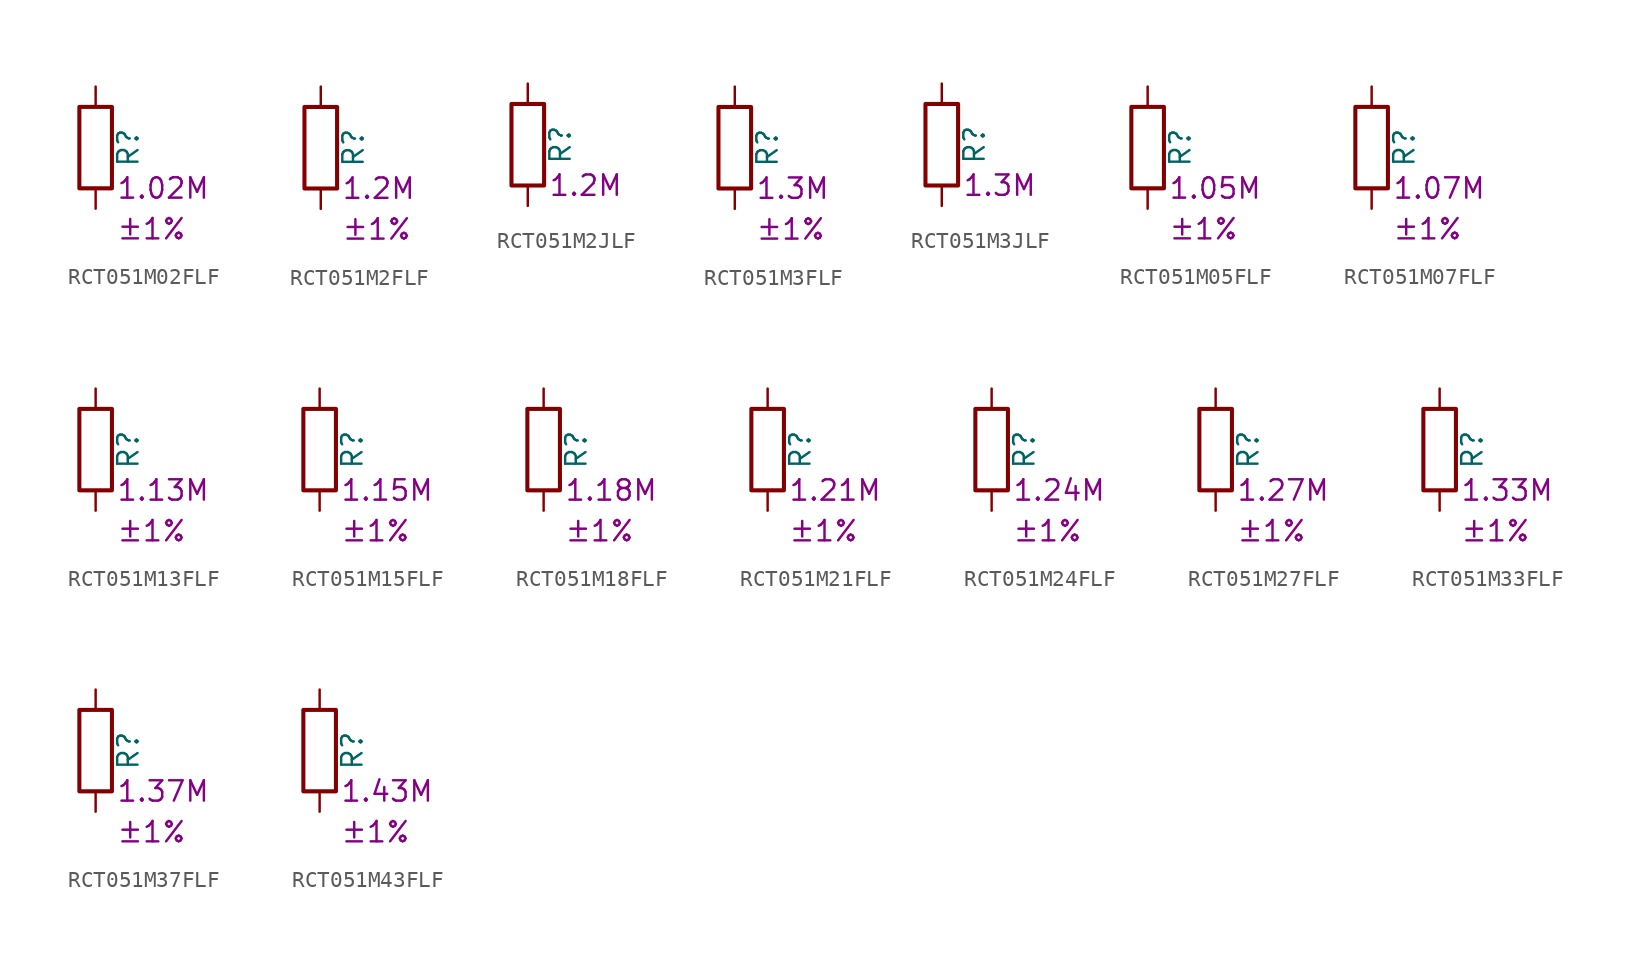
<source format=kicad_sym>
(kicad_symbol_lib
  (version 20220914)
  (generator kicad_symbol_editor)
  (symbol "RCT051M02FLF"
    (pin_numbers hide)
    (pin_names
      (offset 0))
    (property "Reference" "R"
      (at 2.032 0 90)
      (effects (font (size 1.27 1.27))))
    (property "Resistance" "1.02M"
      (at 1.27 -2.54 0)
      (effects (font (size 1.27 1.27)) (justify left)))
    (property "Tolerance" "±1%"
      (at 1.27 -5.08 0)
      (effects (font (size 1.27 1.27)) (justify left)))
    (symbol "RCT051M02FLF_0_1"
      (rectangle (start -1.016 -2.54) (end 1.016 2.54) (stroke (width 0.254) (type default)) (fill (type none))))
    (symbol "RCT051M02FLF_1_1"
      (pin passive line (at 0 3.81 270) (length 1.27) (name "~" (effects (font (size 1.27 1.27)))) (number "1" (effects (font (size 1.27 1.27)))))
      (pin passive line (at 0 -3.81 90) (length 1.27) (name "~" (effects (font (size 1.27 1.27)))) (number "2" (effects (font (size 1.27 1.27)))))))
  (symbol "RCT051M2FLF"
    (pin_numbers hide)
    (pin_names
      (offset 0))
    (property "Reference" "R"
      (at 2.032 0 90)
      (effects (font (size 1.27 1.27))))
    (property "Resistance" "1.2M"
      (at 1.27 -2.54 0)
      (effects (font (size 1.27 1.27)) (justify left)))
    (property "Tolerance" "±1%"
      (at 1.27 -5.08 0)
      (effects (font (size 1.27 1.27)) (justify left)))
    (symbol "RCT051M2FLF_0_1"
      (rectangle (start -1.016 -2.54) (end 1.016 2.54) (stroke (width 0.254) (type default)) (fill (type none))))
    (symbol "RCT051M2FLF_1_1"
      (pin passive line (at 0 3.81 270) (length 1.27) (name "~" (effects (font (size 1.27 1.27)))) (number "1" (effects (font (size 1.27 1.27)))))
      (pin passive line (at 0 -3.81 90) (length 1.27) (name "~" (effects (font (size 1.27 1.27)))) (number "2" (effects (font (size 1.27 1.27)))))))
  (symbol "RCT051M2JLF"
    (pin_numbers hide)
    (pin_names
      (offset 0))
    (property "Reference" "R"
      (at 2.032 0 90)
      (effects (font (size 1.27 1.27))))
    (property "Resistance" "1.2M"
      (at 1.27 -2.54 0)
      (effects (font (size 1.27 1.27)) (justify left)))
    (symbol "RCT051M2JLF_0_1"
      (rectangle (start -1.016 -2.54) (end 1.016 2.54) (stroke (width 0.254) (type default)) (fill (type none))))
    (symbol "RCT051M2JLF_1_1"
      (pin passive line (at 0 3.81 270) (length 1.27) (name "~" (effects (font (size 1.27 1.27)))) (number "1" (effects (font (size 1.27 1.27)))))
      (pin passive line (at 0 -3.81 90) (length 1.27) (name "~" (effects (font (size 1.27 1.27)))) (number "2" (effects (font (size 1.27 1.27)))))))
  (symbol "RCT051M3FLF"
    (pin_numbers hide)
    (pin_names
      (offset 0))
    (property "Reference" "R"
      (at 2.032 0 90)
      (effects (font (size 1.27 1.27))))
    (property "Resistance" "1.3M"
      (at 1.27 -2.54 0)
      (effects (font (size 1.27 1.27)) (justify left)))
    (property "Tolerance" "±1%"
      (at 1.27 -5.08 0)
      (effects (font (size 1.27 1.27)) (justify left)))
    (symbol "RCT051M3FLF_0_1"
      (rectangle (start -1.016 -2.54) (end 1.016 2.54) (stroke (width 0.254) (type default)) (fill (type none))))
    (symbol "RCT051M3FLF_1_1"
      (pin passive line (at 0 3.81 270) (length 1.27) (name "~" (effects (font (size 1.27 1.27)))) (number "1" (effects (font (size 1.27 1.27)))))
      (pin passive line (at 0 -3.81 90) (length 1.27) (name "~" (effects (font (size 1.27 1.27)))) (number "2" (effects (font (size 1.27 1.27)))))))
  (symbol "RCT051M3JLF"
    (pin_numbers hide)
    (pin_names
      (offset 0))
    (property "Reference" "R"
      (at 2.032 0 90)
      (effects (font (size 1.27 1.27))))
    (property "Resistance" "1.3M"
      (at 1.27 -2.54 0)
      (effects (font (size 1.27 1.27)) (justify left)))
    (symbol "RCT051M3JLF_0_1"
      (rectangle (start -1.016 -2.54) (end 1.016 2.54) (stroke (width 0.254) (type default)) (fill (type none))))
    (symbol "RCT051M3JLF_1_1"
      (pin passive line (at 0 3.81 270) (length 1.27) (name "~" (effects (font (size 1.27 1.27)))) (number "1" (effects (font (size 1.27 1.27)))))
      (pin passive line (at 0 -3.81 90) (length 1.27) (name "~" (effects (font (size 1.27 1.27)))) (number "2" (effects (font (size 1.27 1.27)))))))
  (symbol "RCT051M05FLF"
    (pin_numbers hide)
    (pin_names
      (offset 0))
    (property "Reference" "R"
      (at 2.032 0 90)
      (effects (font (size 1.27 1.27))))
    (property "Resistance" "1.05M"
      (at 1.27 -2.54 0)
      (effects (font (size 1.27 1.27)) (justify left)))
    (property "Tolerance" "±1%"
      (at 1.27 -5.08 0)
      (effects (font (size 1.27 1.27)) (justify left)))
    (symbol "RCT051M05FLF_0_1"
      (rectangle (start -1.016 -2.54) (end 1.016 2.54) (stroke (width 0.254) (type default)) (fill (type none))))
    (symbol "RCT051M05FLF_1_1"
      (pin passive line (at 0 3.81 270) (length 1.27) (name "~" (effects (font (size 1.27 1.27)))) (number "1" (effects (font (size 1.27 1.27)))))
      (pin passive line (at 0 -3.81 90) (length 1.27) (name "~" (effects (font (size 1.27 1.27)))) (number "2" (effects (font (size 1.27 1.27)))))))
  (symbol "RCT051M07FLF"
    (pin_numbers hide)
    (pin_names
      (offset 0))
    (property "Reference" "R"
      (at 2.032 0 90)
      (effects (font (size 1.27 1.27))))
    (property "Resistance" "1.07M"
      (at 1.27 -2.54 0)
      (effects (font (size 1.27 1.27)) (justify left)))
    (property "Tolerance" "±1%"
      (at 1.27 -5.08 0)
      (effects (font (size 1.27 1.27)) (justify left)))
    (symbol "RCT051M07FLF_0_1"
      (rectangle (start -1.016 -2.54) (end 1.016 2.54) (stroke (width 0.254) (type default)) (fill (type none))))
    (symbol "RCT051M07FLF_1_1"
      (pin passive line (at 0 3.81 270) (length 1.27) (name "~" (effects (font (size 1.27 1.27)))) (number "1" (effects (font (size 1.27 1.27)))))
      (pin passive line (at 0 -3.81 90) (length 1.27) (name "~" (effects (font (size 1.27 1.27)))) (number "2" (effects (font (size 1.27 1.27)))))))
  (symbol "RCT051M13FLF"
    (pin_numbers hide)
    (pin_names
      (offset 0))
    (property "Reference" "R"
      (at 2.032 0 90)
      (effects (font (size 1.27 1.27))))
    (property "Resistance" "1.13M"
      (at 1.27 -2.54 0)
      (effects (font (size 1.27 1.27)) (justify left)))
    (property "Tolerance" "±1%"
      (at 1.27 -5.08 0)
      (effects (font (size 1.27 1.27)) (justify left)))
    (symbol "RCT051M13FLF_0_1"
      (rectangle (start -1.016 -2.54) (end 1.016 2.54) (stroke (width 0.254) (type default)) (fill (type none))))
    (symbol "RCT051M13FLF_1_1"
      (pin passive line (at 0 3.81 270) (length 1.27) (name "~" (effects (font (size 1.27 1.27)))) (number "1" (effects (font (size 1.27 1.27)))))
      (pin passive line (at 0 -3.81 90) (length 1.27) (name "~" (effects (font (size 1.27 1.27)))) (number "2" (effects (font (size 1.27 1.27)))))))
  (symbol "RCT051M15FLF"
    (pin_numbers hide)
    (pin_names
      (offset 0))
    (property "Reference" "R"
      (at 2.032 0 90)
      (effects (font (size 1.27 1.27))))
    (property "Resistance" "1.15M"
      (at 1.27 -2.54 0)
      (effects (font (size 1.27 1.27)) (justify left)))
    (property "Tolerance" "±1%"
      (at 1.27 -5.08 0)
      (effects (font (size 1.27 1.27)) (justify left)))
    (symbol "RCT051M15FLF_0_1"
      (rectangle (start -1.016 -2.54) (end 1.016 2.54) (stroke (width 0.254) (type default)) (fill (type none))))
    (symbol "RCT051M15FLF_1_1"
      (pin passive line (at 0 3.81 270) (length 1.27) (name "~" (effects (font (size 1.27 1.27)))) (number "1" (effects (font (size 1.27 1.27)))))
      (pin passive line (at 0 -3.81 90) (length 1.27) (name "~" (effects (font (size 1.27 1.27)))) (number "2" (effects (font (size 1.27 1.27)))))))
  (symbol "RCT051M18FLF"
    (pin_numbers hide)
    (pin_names
      (offset 0))
    (property "Reference" "R"
      (at 2.032 0 90)
      (effects (font (size 1.27 1.27))))
    (property "Resistance" "1.18M"
      (at 1.27 -2.54 0)
      (effects (font (size 1.27 1.27)) (justify left)))
    (property "Tolerance" "±1%"
      (at 1.27 -5.08 0)
      (effects (font (size 1.27 1.27)) (justify left)))
    (symbol "RCT051M18FLF_0_1"
      (rectangle (start -1.016 -2.54) (end 1.016 2.54) (stroke (width 0.254) (type default)) (fill (type none))))
    (symbol "RCT051M18FLF_1_1"
      (pin passive line (at 0 3.81 270) (length 1.27) (name "~" (effects (font (size 1.27 1.27)))) (number "1" (effects (font (size 1.27 1.27)))))
      (pin passive line (at 0 -3.81 90) (length 1.27) (name "~" (effects (font (size 1.27 1.27)))) (number "2" (effects (font (size 1.27 1.27)))))))
  (symbol "RCT051M21FLF"
    (pin_numbers hide)
    (pin_names
      (offset 0))
    (property "Reference" "R"
      (at 2.032 0 90)
      (effects (font (size 1.27 1.27))))
    (property "Resistance" "1.21M"
      (at 1.27 -2.54 0)
      (effects (font (size 1.27 1.27)) (justify left)))
    (property "Tolerance" "±1%"
      (at 1.27 -5.08 0)
      (effects (font (size 1.27 1.27)) (justify left)))
    (symbol "RCT051M21FLF_0_1"
      (rectangle (start -1.016 -2.54) (end 1.016 2.54) (stroke (width 0.254) (type default)) (fill (type none))))
    (symbol "RCT051M21FLF_1_1"
      (pin passive line (at 0 3.81 270) (length 1.27) (name "~" (effects (font (size 1.27 1.27)))) (number "1" (effects (font (size 1.27 1.27)))))
      (pin passive line (at 0 -3.81 90) (length 1.27) (name "~" (effects (font (size 1.27 1.27)))) (number "2" (effects (font (size 1.27 1.27)))))))
  (symbol "RCT051M24FLF"
    (pin_numbers hide)
    (pin_names
      (offset 0))
    (property "Reference" "R"
      (at 2.032 0 90)
      (effects (font (size 1.27 1.27))))
    (property "Resistance" "1.24M"
      (at 1.27 -2.54 0)
      (effects (font (size 1.27 1.27)) (justify left)))
    (property "Tolerance" "±1%"
      (at 1.27 -5.08 0)
      (effects (font (size 1.27 1.27)) (justify left)))
    (symbol "RCT051M24FLF_0_1"
      (rectangle (start -1.016 -2.54) (end 1.016 2.54) (stroke (width 0.254) (type default)) (fill (type none))))
    (symbol "RCT051M24FLF_1_1"
      (pin passive line (at 0 3.81 270) (length 1.27) (name "~" (effects (font (size 1.27 1.27)))) (number "1" (effects (font (size 1.27 1.27)))))
      (pin passive line (at 0 -3.81 90) (length 1.27) (name "~" (effects (font (size 1.27 1.27)))) (number "2" (effects (font (size 1.27 1.27)))))))
  (symbol "RCT051M27FLF"
    (pin_numbers hide)
    (pin_names
      (offset 0))
    (property "Reference" "R"
      (at 2.032 0 90)
      (effects (font (size 1.27 1.27))))
    (property "Resistance" "1.27M"
      (at 1.27 -2.54 0)
      (effects (font (size 1.27 1.27)) (justify left)))
    (property "Tolerance" "±1%"
      (at 1.27 -5.08 0)
      (effects (font (size 1.27 1.27)) (justify left)))
    (symbol "RCT051M27FLF_0_1"
      (rectangle (start -1.016 -2.54) (end 1.016 2.54) (stroke (width 0.254) (type default)) (fill (type none))))
    (symbol "RCT051M27FLF_1_1"
      (pin passive line (at 0 3.81 270) (length 1.27) (name "~" (effects (font (size 1.27 1.27)))) (number "1" (effects (font (size 1.27 1.27)))))
      (pin passive line (at 0 -3.81 90) (length 1.27) (name "~" (effects (font (size 1.27 1.27)))) (number "2" (effects (font (size 1.27 1.27)))))))
  (symbol "RCT051M33FLF"
    (pin_numbers hide)
    (pin_names
      (offset 0))
    (property "Reference" "R"
      (at 2.032 0 90)
      (effects (font (size 1.27 1.27))))
    (property "Resistance" "1.33M"
      (at 1.27 -2.54 0)
      (effects (font (size 1.27 1.27)) (justify left)))
    (property "Tolerance" "±1%"
      (at 1.27 -5.08 0)
      (effects (font (size 1.27 1.27)) (justify left)))
    (symbol "RCT051M33FLF_0_1"
      (rectangle (start -1.016 -2.54) (end 1.016 2.54) (stroke (width 0.254) (type default)) (fill (type none))))
    (symbol "RCT051M33FLF_1_1"
      (pin passive line (at 0 3.81 270) (length 1.27) (name "~" (effects (font (size 1.27 1.27)))) (number "1" (effects (font (size 1.27 1.27)))))
      (pin passive line (at 0 -3.81 90) (length 1.27) (name "~" (effects (font (size 1.27 1.27)))) (number "2" (effects (font (size 1.27 1.27)))))))
  (symbol "RCT051M37FLF"
    (pin_numbers hide)
    (pin_names
      (offset 0))
    (property "Reference" "R"
      (at 2.032 0 90)
      (effects (font (size 1.27 1.27))))
    (property "Resistance" "1.37M"
      (at 1.27 -2.54 0)
      (effects (font (size 1.27 1.27)) (justify left)))
    (property "Tolerance" "±1%"
      (at 1.27 -5.08 0)
      (effects (font (size 1.27 1.27)) (justify left)))
    (symbol "RCT051M37FLF_0_1"
      (rectangle (start -1.016 -2.54) (end 1.016 2.54) (stroke (width 0.254) (type default)) (fill (type none))))
    (symbol "RCT051M37FLF_1_1"
      (pin passive line (at 0 3.81 270) (length 1.27) (name "~" (effects (font (size 1.27 1.27)))) (number "1" (effects (font (size 1.27 1.27)))))
      (pin passive line (at 0 -3.81 90) (length 1.27) (name "~" (effects (font (size 1.27 1.27)))) (number "2" (effects (font (size 1.27 1.27)))))))
  (symbol "RCT051M43FLF"
    (pin_numbers hide)
    (pin_names
      (offset 0))
    (property "Reference" "R"
      (at 2.032 0 90)
      (effects (font (size 1.27 1.27))))
    (property "Resistance" "1.43M"
      (at 1.27 -2.54 0)
      (effects (font (size 1.27 1.27)) (justify left)))
    (property "Tolerance" "±1%"
      (at 1.27 -5.08 0)
      (effects (font (size 1.27 1.27)) (justify left)))
    (symbol "RCT051M43FLF_0_1"
      (rectangle (start -1.016 -2.54) (end 1.016 2.54) (stroke (width 0.254) (type default)) (fill (type none))))
    (symbol "RCT051M43FLF_1_1"
      (pin passive line (at 0 3.81 270) (length 1.27) (name "~" (effects (font (size 1.27 1.27)))) (number "1" (effects (font (size 1.27 1.27)))))
      (pin passive line (at 0 -3.81 90) (length 1.27) (name "~" (effects (font (size 1.27 1.27)))) (number "2" (effects (font (size 1.27 1.27))))))))
</source>
